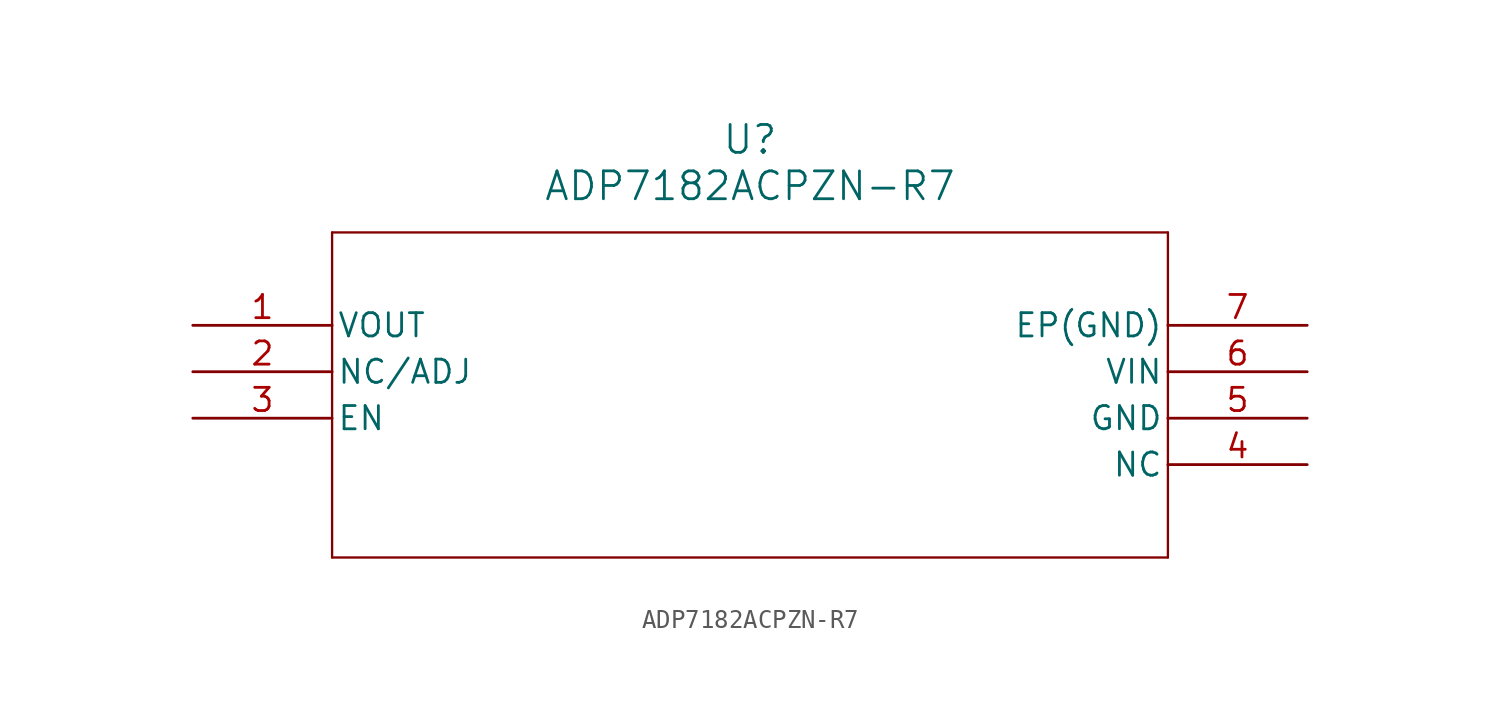
<source format=kicad_sym>
(kicad_symbol_lib
  (version 20211014)
  (generator kicad_symbol_editor)
  (symbol "ADP7182ACPZN-R7"
    (pin_names
      (offset 0.254))
    (property "Reference" "U"
      (at 30.48 10.16 0)
      (effects (font (size 1.524 1.524))))
    (property "Value" "ADP7182ACPZN-R7"
      (at 30.48 7.62 0)
      (effects (font (size 1.524 1.524))))
    (symbol "ADP7182ACPZN-R7_0_1"
      (polyline (pts (xy 7.62 5.08) (xy 7.62 -12.7)) (stroke (width 0.127) (type default) (color 0 0 0 0)) (fill (type none)))
      (polyline (pts (xy 7.62 -12.7) (xy 53.34 -12.7)) (stroke (width 0.127) (type default) (color 0 0 0 0)) (fill (type none)))
      (polyline (pts (xy 53.34 -12.7) (xy 53.34 5.08)) (stroke (width 0.127) (type default) (color 0 0 0 0)) (fill (type none)))
      (polyline (pts (xy 53.34 5.08) (xy 7.62 5.08)) (stroke (width 0.127) (type default) (color 0 0 0 0)) (fill (type none)))
      (pin unspecified line (at 0 0 0) (length 7.62) (name "VOUT" (effects (font (size 1.27 1.27)))) (number "1" (effects (font (size 1.27 1.27)))))
      (pin unspecified line (at 0 -2.54 0) (length 7.62) (name "NC/ADJ" (effects (font (size 1.27 1.27)))) (number "2" (effects (font (size 1.27 1.27)))))
      (pin unspecified line (at 0 -5.08 0) (length 7.62) (name "EN" (effects (font (size 1.27 1.27)))) (number "3" (effects (font (size 1.27 1.27)))))
      (pin unspecified line (at 60.96 -7.62 180) (length 7.62) (name "NC" (effects (font (size 1.27 1.27)))) (number "4" (effects (font (size 1.27 1.27)))))
      (pin unspecified line (at 60.96 -5.08 180) (length 7.62) (name "GND" (effects (font (size 1.27 1.27)))) (number "5" (effects (font (size 1.27 1.27)))))
      (pin unspecified line (at 60.96 -2.54 180) (length 7.62) (name "VIN" (effects (font (size 1.27 1.27)))) (number "6" (effects (font (size 1.27 1.27)))))
      (pin unspecified line (at 60.96 0 180) (length 7.62) (name "EP(GND)" (effects (font (size 1.27 1.27)))) (number "7" (effects (font (size 1.27 1.27))))))))
</source>
